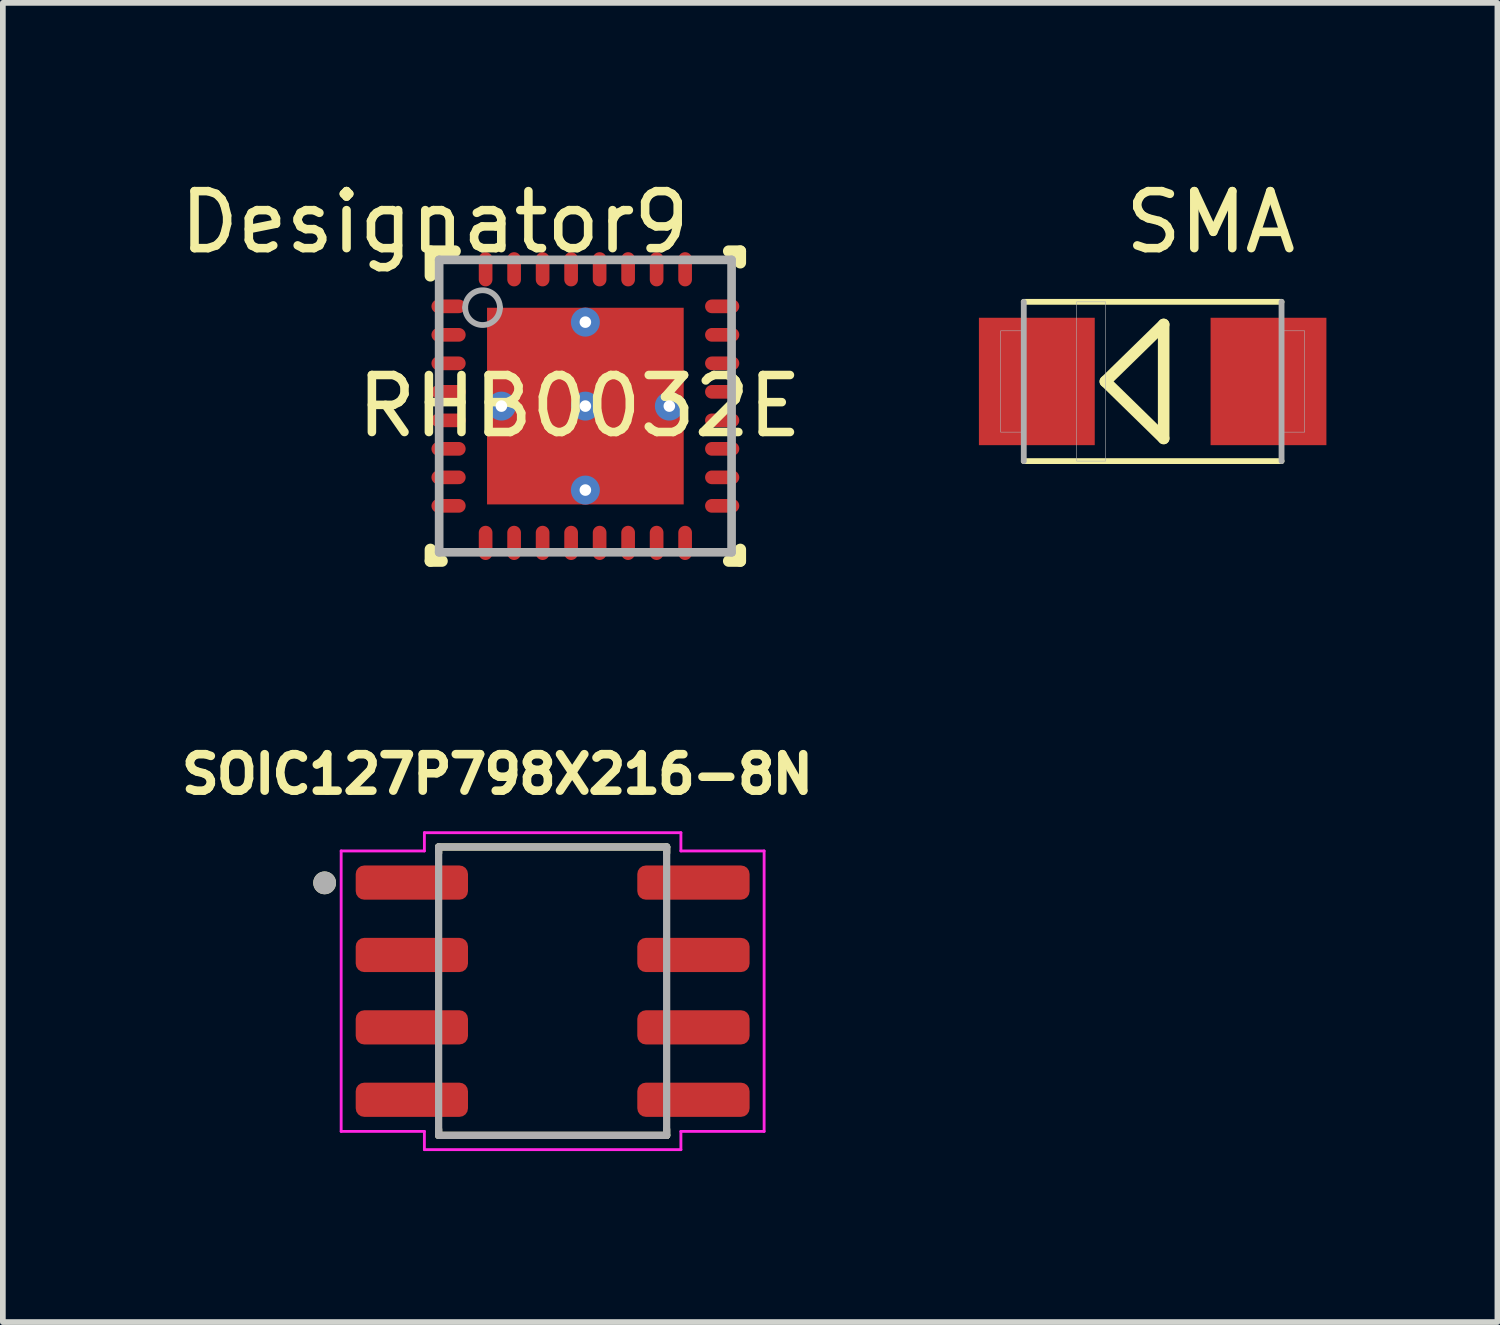
<source format=kicad_pcb>
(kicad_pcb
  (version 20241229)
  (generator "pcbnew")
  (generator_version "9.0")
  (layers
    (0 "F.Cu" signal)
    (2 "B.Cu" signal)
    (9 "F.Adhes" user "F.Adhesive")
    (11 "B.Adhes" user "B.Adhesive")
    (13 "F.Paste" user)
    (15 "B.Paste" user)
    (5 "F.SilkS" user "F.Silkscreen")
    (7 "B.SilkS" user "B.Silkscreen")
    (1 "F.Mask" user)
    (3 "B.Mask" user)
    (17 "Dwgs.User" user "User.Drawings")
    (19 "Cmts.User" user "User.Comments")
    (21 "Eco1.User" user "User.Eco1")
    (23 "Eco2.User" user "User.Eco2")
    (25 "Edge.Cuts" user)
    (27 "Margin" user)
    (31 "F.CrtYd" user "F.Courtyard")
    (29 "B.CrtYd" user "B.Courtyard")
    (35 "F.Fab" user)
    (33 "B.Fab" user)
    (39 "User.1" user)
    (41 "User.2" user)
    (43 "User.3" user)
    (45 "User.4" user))
  (footprint "SMA"
    (layer "F.Cu")
    (at 17.171 3.642)
    (property "Reference" "SMA" (at 1.016 -2.794 0) (layer "F.SilkS") (effects (font (size 1 1) (thickness 0.15))))
    (attr smd)
    (fp_line (start -2.261 -1.397) (end 2.261 -1.397) (stroke (width 0.102) (type solid)) (layer "F.SilkS"))
    (fp_line (start -2.261 1.397) (end 2.261 1.397) (stroke (width 0.102) (type solid)) (layer "F.SilkS"))
    (fp_line (start -0.83 0) (end 0.193 1) (stroke (width 0.203) (type solid)) (layer "F.SilkS"))
    (fp_line (start 0.193 -1) (end -0.83 0) (stroke (width 0.203) (type solid)) (layer "F.SilkS"))
    (fp_line (start 0.193 1) (end 0.193 -1) (stroke (width 0.203) (type solid)) (layer "F.SilkS"))
    (fp_line (start -2.261 1.397) (end -2.261 -1.397) (stroke (width 0.102) (type solid)) (layer "F.Fab"))
    (fp_line (start 2.261 1.397) (end 2.261 -1.397) (stroke (width 0.102) (type solid)) (layer "F.Fab"))
    (fp_poly (pts (xy -2.667 -0.889) (xy -2.286 -0.889) (xy -2.286 0.889) (xy -2.667 0.889)) (stroke (width 0.01) (type solid)) (fill no) (layer "F.Fab"))
    (fp_poly (pts (xy -1.333 -1.397) (xy -0.826 -1.397) (xy -0.826 1.397) (xy -1.333 1.397)) (stroke (width 0.01) (type solid)) (fill no) (layer "F.Fab"))
    (fp_poly (pts (xy 2.286 -0.889) (xy 2.667 -0.889) (xy 2.667 0.889) (xy 2.286 0.889)) (stroke (width 0.01) (type solid)) (fill no) (layer "F.Fab"))
    (pad "A" smd rect (at 2.032 0) (size 2.032 2.235) (layers "F.Cu" "F.Mask" "F.Paste"))
    (pad "C" smd rect (at -2.032 0) (size 2.032 2.235) (layers "F.Cu" "F.Mask" "F.Paste")))
  (footprint "RHB0032E"
    (layer "F.Cu")
    (at 7.219 4.074)
    (property "Reference" "RHB0032E" (at -0.102 0 0) (layer "F.SilkS") (effects (font (size 1 1) (thickness 0.15))))
    (attr smd)
    (fp_line (start -2.718 -2.718) (end -2.286 -2.718) (stroke (width 0.203) (type solid)) (layer "F.SilkS"))
    (fp_line (start -2.718 -2.286) (end -2.718 -2.718) (stroke (width 0.203) (type solid)) (layer "F.SilkS"))
    (fp_line (start -2.718 2.718) (end -2.718 2.515) (stroke (width 0.203) (type solid)) (layer "F.SilkS"))
    (fp_line (start -2.718 2.718) (end -2.515 2.718) (stroke (width 0.203) (type solid)) (layer "F.SilkS"))
    (fp_line (start 2.515 -2.718) (end 2.718 -2.718) (stroke (width 0.203) (type solid)) (layer "F.SilkS"))
    (fp_line (start 2.515 2.718) (end 2.718 2.718) (stroke (width 0.203) (type solid)) (layer "F.SilkS"))
    (fp_line (start 2.718 -2.515) (end 2.718 -2.718) (stroke (width 0.203) (type solid)) (layer "F.SilkS"))
    (fp_line (start 2.718 2.718) (end 2.718 2.515) (stroke (width 0.203) (type solid)) (layer "F.SilkS"))
    (fp_poly (pts (xy -0.1 -1.586) (xy -1.586 -1.586) (xy -1.586 -0.1) (xy -0.1 -0.1)) (stroke (width 0.025) (type solid)) (fill yes) (layer "F.Paste"))
    (fp_poly (pts (xy -0.1 0.1) (xy -1.586 0.1) (xy -1.586 1.586) (xy -0.1 1.586)) (stroke (width 0.025) (type solid)) (fill yes) (layer "F.Paste"))
    (fp_poly (pts (xy 0.1 -0.1) (xy 1.586 -0.1) (xy 1.586 -1.586) (xy 0.1 -1.586)) (stroke (width 0.025) (type solid)) (fill yes) (layer "F.Paste"))
    (fp_poly (pts (xy 0.1 1.586) (xy 1.586 1.586) (xy 1.586 0.1) (xy 0.1 0.1)) (stroke (width 0.025) (type solid)) (fill yes) (layer "F.Paste"))
    (fp_line (start -2.565 -2.565) (end 2.565 -2.565) (stroke (width 0.152) (type solid)) (layer "F.Fab"))
    (fp_line (start -2.565 2.565) (end -2.565 -2.565) (stroke (width 0.152) (type solid)) (layer "F.Fab"))
    (fp_line (start -2.565 2.565) (end 2.565 2.565) (stroke (width 0.152) (type solid)) (layer "F.Fab"))
    (fp_line (start 2.565 2.565) (end 2.565 -2.565) (stroke (width 0.152) (type solid)) (layer "F.Fab"))
    (fp_arc (start -2.1082 -1.7272) (mid -1.8034 -2.032) (end -1.4986 -1.7272) (stroke (width 0.1016) (type solid)) (layer "F.Fab"))
    (fp_arc (start -1.4986 -1.7272) (mid -1.8034 -1.4224) (end -2.1082 -1.7272) (stroke (width 0.1016) (type solid)) (layer "F.Fab"))
    (fp_text user "Designator9" (at -2.642 -3.226 0) (layer "F.SilkS") (effects (font (size 1 1) (thickness 0.15))))
    (pad "1" smd oval (at -2.4 -1.75) (size 0.6 0.24) (layers "F.Cu" "F.Mask" "F.Paste"))
    (pad "2" smd oval (at -2.4 -1.25) (size 0.6 0.24) (layers "F.Cu" "F.Mask" "F.Paste"))
    (pad "3" smd oval (at -2.4 -0.75) (size 0.6 0.24) (layers "F.Cu" "F.Mask" "F.Paste"))
    (pad "4" smd oval (at -2.4 -0.25) (size 0.6 0.24) (layers "F.Cu" "F.Mask" "F.Paste"))
    (pad "5" smd oval (at -2.4 0.25) (size 0.6 0.24) (layers "F.Cu" "F.Mask" "F.Paste"))
    (pad "6" smd oval (at -2.4 0.75) (size 0.6 0.24) (layers "F.Cu" "F.Mask" "F.Paste"))
    (pad "7" smd oval (at -2.4 1.25) (size 0.6 0.24) (layers "F.Cu" "F.Mask" "F.Paste"))
    (pad "8" smd oval (at -2.4 1.75) (size 0.6 0.24) (layers "F.Cu" "F.Mask" "F.Paste"))
    (pad "9" smd oval (at -1.75 2.4) (size 0.24 0.6) (layers "F.Cu" "F.Mask" "F.Paste"))
    (pad "10" smd oval (at -1.25 2.4) (size 0.24 0.6) (layers "F.Cu" "F.Mask" "F.Paste"))
    (pad "11" smd oval (at -0.75 2.4) (size 0.24 0.6) (layers "F.Cu" "F.Mask" "F.Paste"))
    (pad "12" smd oval (at -0.25 2.4) (size 0.24 0.6) (layers "F.Cu" "F.Mask" "F.Paste"))
    (pad "13" smd oval (at 0.25 2.4) (size 0.24 0.6) (layers "F.Cu" "F.Mask" "F.Paste"))
    (pad "14" smd oval (at 0.75 2.4) (size 0.24 0.6) (layers "F.Cu" "F.Mask" "F.Paste"))
    (pad "15" smd oval (at 1.25 2.4) (size 0.24 0.6) (layers "F.Cu" "F.Mask" "F.Paste"))
    (pad "16" smd oval (at 1.75 2.4) (size 0.24 0.6) (layers "F.Cu" "F.Mask" "F.Paste"))
    (pad "17" smd oval (at 2.4 1.75) (size 0.6 0.24) (layers "F.Cu" "F.Mask" "F.Paste"))
    (pad "18" smd oval (at 2.4 1.25) (size 0.6 0.24) (layers "F.Cu" "F.Mask" "F.Paste"))
    (pad "19" smd oval (at 2.4 0.75) (size 0.6 0.24) (layers "F.Cu" "F.Mask" "F.Paste"))
    (pad "20" smd oval (at 2.4 0.25) (size 0.6 0.24) (layers "F.Cu" "F.Mask" "F.Paste"))
    (pad "21" smd oval (at 2.4 -0.25) (size 0.6 0.24) (layers "F.Cu" "F.Mask" "F.Paste"))
    (pad "22" smd oval (at 2.4 -0.75) (size 0.6 0.24) (layers "F.Cu" "F.Mask" "F.Paste"))
    (pad "23" smd oval (at 2.4 -1.25) (size 0.6 0.24) (layers "F.Cu" "F.Mask" "F.Paste"))
    (pad "24" smd oval (at 2.4 -1.75) (size 0.6 0.24) (layers "F.Cu" "F.Mask" "F.Paste"))
    (pad "25" smd oval (at 1.75 -2.4) (size 0.24 0.6) (layers "F.Cu" "F.Mask" "F.Paste"))
    (pad "26" smd oval (at 1.25 -2.4) (size 0.24 0.6) (layers "F.Cu" "F.Mask" "F.Paste"))
    (pad "27" smd oval (at 0.75 -2.4) (size 0.24 0.6) (layers "F.Cu" "F.Mask" "F.Paste"))
    (pad "28" smd oval (at 0.25 -2.4) (size 0.24 0.6) (layers "F.Cu" "F.Mask" "F.Paste"))
    (pad "29" smd oval (at -0.25 -2.4) (size 0.24 0.6) (layers "F.Cu" "F.Mask" "F.Paste"))
    (pad "30" smd oval (at -0.75 -2.4) (size 0.24 0.6) (layers "F.Cu" "F.Mask" "F.Paste"))
    (pad "31" smd oval (at -1.25 -2.4) (size 0.24 0.6) (layers "F.Cu" "F.Mask" "F.Paste"))
    (pad "32" smd oval (at -1.75 -2.4) (size 0.24 0.6) (layers "F.Cu" "F.Mask" "F.Paste"))
    (pad "33" smd rect (at 0 -0.000003) (size 3.45 3.45) (layers "F.Cu" "F.Mask"))
    (pad "V" thru_hole circle (at 0 -1.473) (size 0.508 0.508) (drill 0.203) (layers "*.Cu" "*.Mask"))
    (pad "V_1" thru_hole circle (at -1.473 0) (size 0.508 0.508) (drill 0.203) (layers "*.Cu" "*.Mask"))
    (pad "V_2" thru_hole circle (at 0 0) (size 0.508 0.508) (drill 0.203) (layers "*.Cu" "*.Mask"))
    (pad "V_3" thru_hole circle (at 1.473 0) (size 0.508 0.508) (drill 0.203) (layers "*.Cu" "*.Mask"))
    (pad "V_4" thru_hole circle (at 0 1.473) (size 0.508 0.508) (drill 0.203) (layers "*.Cu" "*.Mask")))
  (footprint "SOIC127P798X216-8N"
    (layer "F.Cu")
    (at 6.645 14.338)
    (property "Reference" "SOIC127P798X216-8N" (at -0.968 -3.806 0) (layer "F.SilkS") (effects (font (size 0.64 0.64) (thickness 0.15))))
    (attr smd)
    (fp_line (start -2 -2.53) (end 2 -2.53) (stroke (width 0.127) (type solid)) (layer "F.SilkS"))
    (fp_line (start -2 -2.425) (end -2 -2.53) (stroke (width 0.127) (type solid)) (layer "F.SilkS"))
    (fp_line (start -2 2.425) (end -2 2.53) (stroke (width 0.127) (type solid)) (layer "F.SilkS"))
    (fp_line (start -2 2.53) (end 2 2.53) (stroke (width 0.127) (type solid)) (layer "F.SilkS"))
    (fp_line (start 2 -2.53) (end 2 -2.425) (stroke (width 0.127) (type solid)) (layer "F.SilkS"))
    (fp_line (start 2 2.53) (end 2 2.425) (stroke (width 0.127) (type solid)) (layer "F.SilkS"))
    (fp_circle (center -4 -1.9) (end -3.9 -1.9) (stroke (width 0.2) (type solid)) (fill no) (layer "F.SilkS"))
    (fp_line (start -3.71 -2.46) (end -3.71 2.46) (stroke (width 0.05) (type solid)) (layer "F.CrtYd"))
    (fp_line (start -3.71 2.46) (end -2.25 2.46) (stroke (width 0.05) (type solid)) (layer "F.CrtYd"))
    (fp_line (start -2.25 -2.78) (end -2.25 -2.46) (stroke (width 0.05) (type solid)) (layer "F.CrtYd"))
    (fp_line (start -2.25 -2.46) (end -3.71 -2.46) (stroke (width 0.05) (type solid)) (layer "F.CrtYd"))
    (fp_line (start -2.25 2.46) (end -2.25 2.78) (stroke (width 0.05) (type solid)) (layer "F.CrtYd"))
    (fp_line (start -2.25 2.78) (end 2.25 2.78) (stroke (width 0.05) (type solid)) (layer "F.CrtYd"))
    (fp_line (start 2.25 -2.78) (end -2.25 -2.78) (stroke (width 0.05) (type solid)) (layer "F.CrtYd"))
    (fp_line (start 2.25 -2.46) (end 2.25 -2.78) (stroke (width 0.05) (type solid)) (layer "F.CrtYd"))
    (fp_line (start 2.25 2.46) (end 3.71 2.46) (stroke (width 0.05) (type solid)) (layer "F.CrtYd"))
    (fp_line (start 2.25 2.78) (end 2.25 2.46) (stroke (width 0.05) (type solid)) (layer "F.CrtYd"))
    (fp_line (start 3.71 -2.46) (end 2.25 -2.46) (stroke (width 0.05) (type solid)) (layer "F.CrtYd"))
    (fp_line (start 3.71 2.46) (end 3.71 -2.46) (stroke (width 0.05) (type solid)) (layer "F.CrtYd"))
    (fp_line (start -2 -2.53) (end 2 -2.53) (stroke (width 0.127) (type solid)) (layer "F.Fab"))
    (fp_line (start -2 2.53) (end -2 -2.53) (stroke (width 0.127) (type solid)) (layer "F.Fab"))
    (fp_line (start 2 -2.53) (end 2 2.53) (stroke (width 0.127) (type solid)) (layer "F.Fab"))
    (fp_line (start 2 2.53) (end -2 2.53) (stroke (width 0.127) (type solid)) (layer "F.Fab"))
    (fp_circle (center -4 -1.9) (end -3.9 -1.9) (stroke (width 0.2) (type solid)) (fill no) (layer "F.Fab"))
    (pad "1" smd roundrect (at -2.47 -1.905) (size 1.97 0.6) (layers "F.Cu" "F.Mask" "F.Paste") (roundrect_rratio 0.25))
    (pad "2" smd roundrect (at -2.47 -0.635) (size 1.97 0.6) (layers "F.Cu" "F.Mask" "F.Paste") (roundrect_rratio 0.25))
    (pad "3" smd roundrect (at -2.47 0.635) (size 1.97 0.6) (layers "F.Cu" "F.Mask" "F.Paste") (roundrect_rratio 0.25))
    (pad "4" smd roundrect (at -2.47 1.905) (size 1.97 0.6) (layers "F.Cu" "F.Mask" "F.Paste") (roundrect_rratio 0.25))
    (pad "5" smd roundrect (at 2.47 1.905) (size 1.97 0.6) (layers "F.Cu" "F.Mask" "F.Paste") (roundrect_rratio 0.25))
    (pad "6" smd roundrect (at 2.47 0.635) (size 1.97 0.6) (layers "F.Cu" "F.Mask" "F.Paste") (roundrect_rratio 0.25))
    (pad "7" smd roundrect (at 2.47 -0.635) (size 1.97 0.6) (layers "F.Cu" "F.Mask" "F.Paste") (roundrect_rratio 0.25))
    (pad "8" smd roundrect (at 2.47 -1.905) (size 1.97 0.6) (layers "F.Cu" "F.Mask" "F.Paste") (roundrect_rratio 0.25)))
  (gr_rect
    (start -3 -3)
    (end 23.219 20.143)
    (stroke (width 0.1) (type default))
    (fill no)
    (layer "Edge.Cuts")))
</source>
